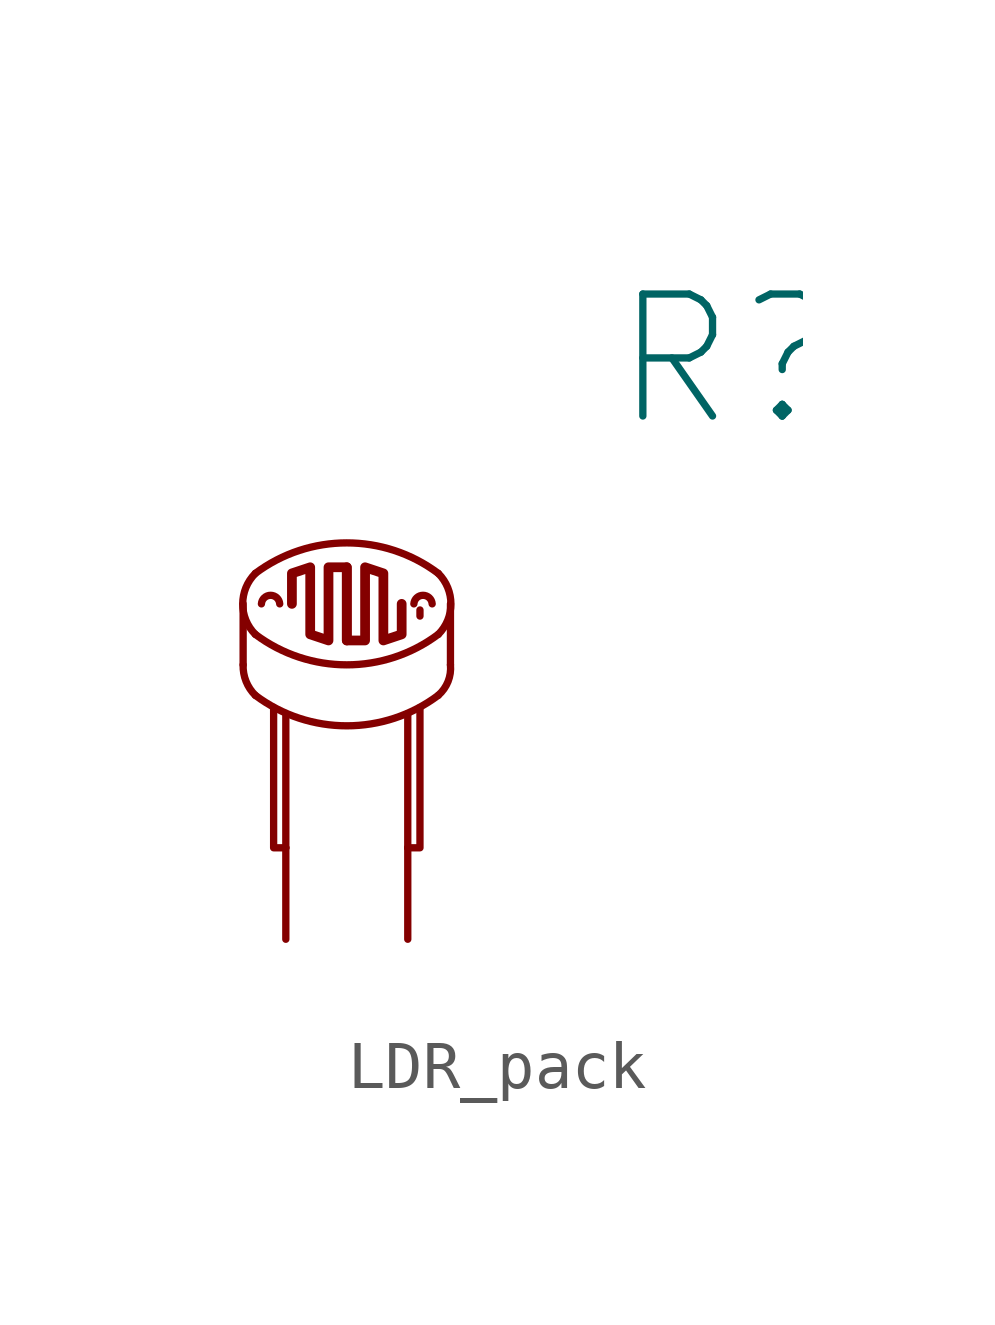
<source format=kicad_sym>
(kicad_symbol_lib
  (version 20211014)
  (generator kicad_symbol_editor)
  (symbol "LDR_pack"
    (pin_names
      (offset 1.016))
    (property "Reference" "R"
      (at 6.731 12.065 0)
      (effects (font (size 2.54 2.54)) (justify left)))
    (symbol "LDR_pack_0_0"
      (arc (start -0.889 5.715) (mid -0.8284 5.3707) (end -0.635 5.08) (stroke (width 0) (type default) (color 0 0 0 0)) (fill (type none)))
      (arc (start -0.635 5.08) (mid 1.27 4.445) (end 3.175 5.08) (stroke (width 0) (type default) (color 0 0 0 0)) (fill (type none)))
      (arc (start -0.635 6.35) (mid 1.27 5.715) (end 3.175 6.35) (stroke (width 0) (type default) (color 0 0 0 0)) (fill (type none)))
      (arc (start -0.635 7.62) (mid -0.898 6.985) (end -0.635 6.35) (stroke (width 0) (type default) (color 0 0 0 0)) (fill (type none)))
      (arc (start -0.127 6.985) (mid -0.3048 7.1628) (end -0.508 6.985) (stroke (width 0) (type default) (color 0 0 0 0)) (fill (type none)))
      (polyline (pts (xy -0.889 5.715) (xy -0.889 6.985)) (stroke (width 0) (type default) (color 0 0 0 0)) (fill (type none)))
      (polyline (pts (xy 0 4.699) (xy 0 1.905)) (stroke (width 0) (type default) (color 0 0 0 0)) (fill (type none)))
      (polyline (pts (xy 2.54 1.905) (xy 2.54 4.699)) (stroke (width 0) (type default) (color 0 0 0 0)) (fill (type none)))
      (polyline (pts (xy 2.794 6.731) (xy 2.794 6.858)) (stroke (width 0) (type default) (color 0 0 0 0)) (fill (type none)))
      (polyline (pts (xy 3.429 5.715) (xy 3.429 6.985)) (stroke (width 0) (type default) (color 0 0 0 0)) (fill (type none)))
      (polyline (pts (xy 0 1.905) (xy -0.254 1.905) (xy -0.254 4.826)) (stroke (width 0) (type default) (color 0 0 0 0)) (fill (type none)))
      (polyline (pts (xy 2.54 1.905) (xy 2.794 1.905) (xy 2.794 4.826)) (stroke (width 0) (type default) (color 0 0 0 0)) (fill (type none)))
      (arc (start 3.048 6.985) (mid 2.8702 7.1628) (end 2.667 6.985) (stroke (width 0) (type default) (color 0 0 0 0)) (fill (type none)))
      (arc (start 3.175 5.08) (mid 3.3787 5.3665) (end 3.429 5.715) (stroke (width 0) (type default) (color 0 0 0 0)) (fill (type none)))
      (arc (start 3.175 6.35) (mid 3.438 6.985) (end 3.175 7.62) (stroke (width 0) (type default) (color 0 0 0 0)) (fill (type none)))
      (arc (start 3.175 7.62) (mid 1.27 8.255) (end -0.635 7.62) (stroke (width 0) (type default) (color 0 0 0 0)) (fill (type none))))
    (symbol "LDR_pack_0_1"
      (polyline (pts (xy 0.127 6.985) (xy 0.127 7.62) (xy 0.508 7.747) (xy 0.508 6.35) (xy 0.889 6.223) (xy 0.889 7.747) (xy 1.27 7.747) (xy 1.27 6.223)) (stroke (width 0.203) (type default) (color 0 0 0 0)) (fill (type none)))
      (polyline (pts (xy 2.413 6.985) (xy 2.413 6.35) (xy 2.032 6.223) (xy 2.032 7.62) (xy 1.651 7.747) (xy 1.651 6.223) (xy 1.27 6.223) (xy 1.27 7.747)) (stroke (width 0.203) (type default) (color 0 0 0 0)) (fill (type none))))
    (symbol "LDR_pack_1_1"
      (pin input line (at 0 0 90) (length 1.905) (name "~" (effects (font (size 1.27 1.27)))) (number "~" (effects (font (size 1.143 1.143)))))
      (pin input line (at 2.54 0 90) (length 1.905) (name "~" (effects (font (size 1.27 1.27)))) (number "~" (effects (font (size 1.143 1.143))))))))
</source>
